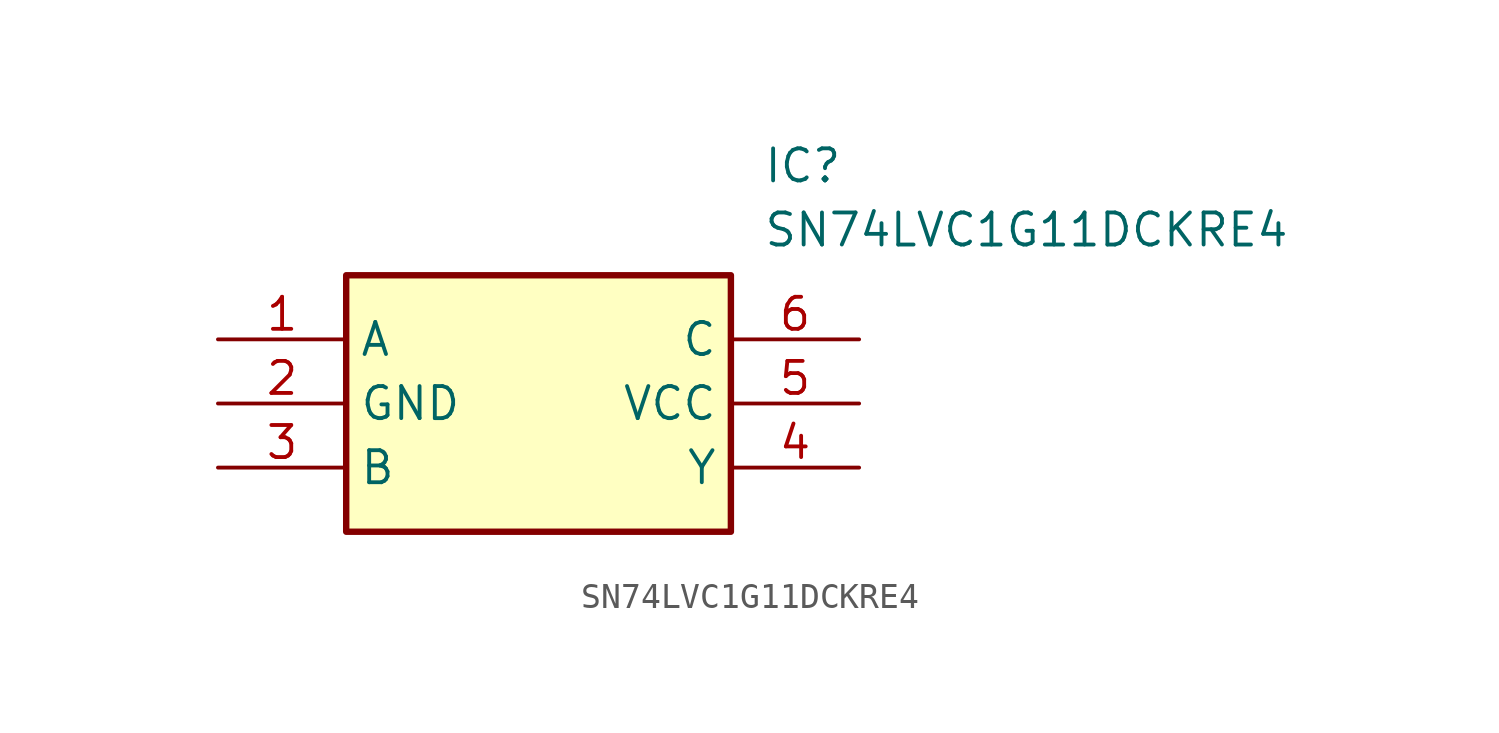
<source format=kicad_sym>
(kicad_symbol_lib
  (version 20211014)
  (generator SamacSys_ECAD_Model)
  (symbol "SN74LVC1G11DCKRE4"
    (property "Reference" "IC"
      (at 21.59 7.62 0)
      (effects (font (size 1.27 1.27)) (justify left top)))
    (property "Value" "SN74LVC1G11DCKRE4"
      (at 21.59 5.08 0)
      (effects (font (size 1.27 1.27)) (justify left top)))
    (rectangle
      (start 5.08 2.54)
      (end 20.32 -7.62)
      (stroke (width 0.254) (type default))
      (fill (type background)))
    (pin input line
      (at 0 0 0)
      (length 5.08)
      (name "A" (effects (font (size 1.27 1.27))))
      (number "1" (effects (font (size 1.27 1.27)))))
    (pin power_in line
      (at 0 -2.54 0)
      (length 5.08)
      (name "GND" (effects (font (size 1.27 1.27))))
      (number "2" (effects (font (size 1.27 1.27)))))
    (pin input line
      (at 0 -5.08 0)
      (length 5.08)
      (name "B" (effects (font (size 1.27 1.27))))
      (number "3" (effects (font (size 1.27 1.27)))))
    (pin input line
      (at 25.4 0 180)
      (length 5.08)
      (name "C" (effects (font (size 1.27 1.27))))
      (number "6" (effects (font (size 1.27 1.27)))))
    (pin power_in line
      (at 25.4 -2.54 180)
      (length 5.08)
      (name "VCC" (effects (font (size 1.27 1.27))))
      (number "5" (effects (font (size 1.27 1.27)))))
    (pin output line
      (at 25.4 -5.08 180)
      (length 5.08)
      (name "Y" (effects (font (size 1.27 1.27))))
      (number "4" (effects (font (size 1.27 1.27)))))))
</source>
